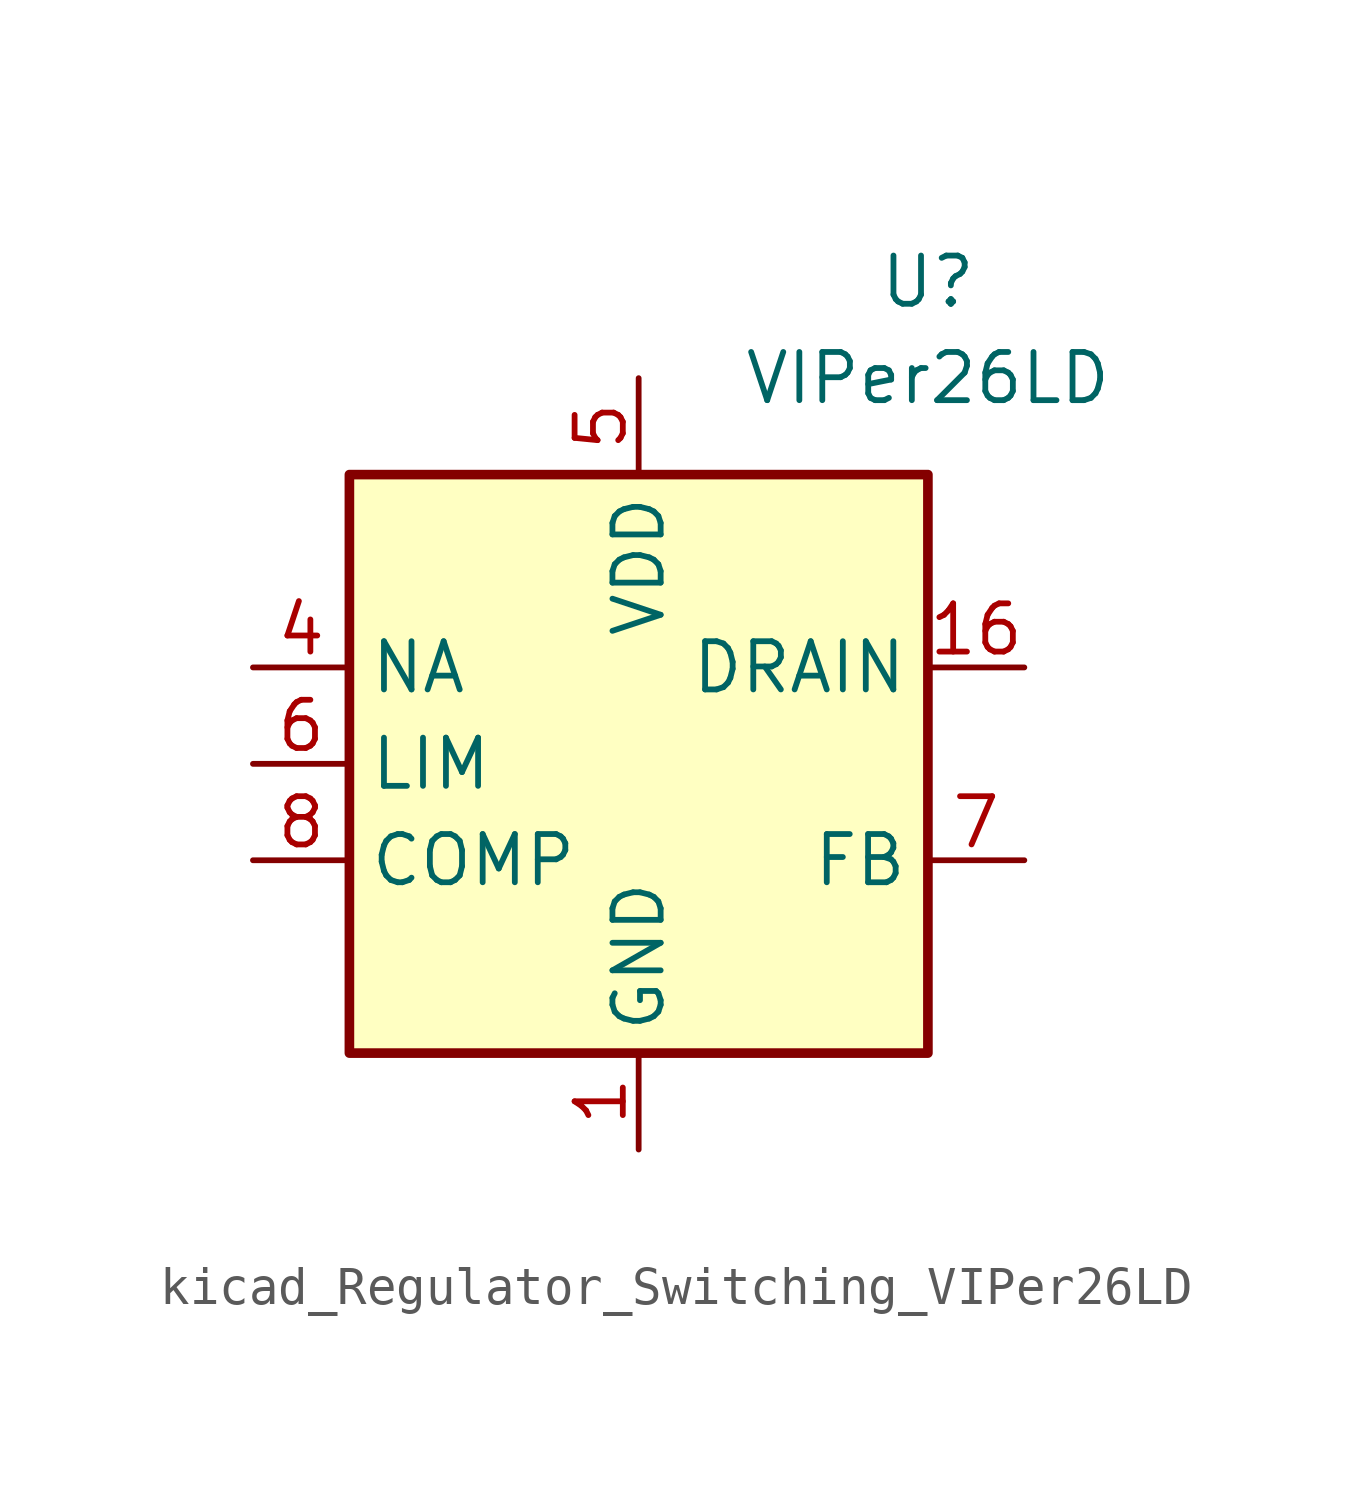
<source format=kicad_sym>
(kicad_symbol_lib
  (version 20220914)
  (generator kicad_symbol_editor)
  (symbol "kicad_Regulator_Switching_VIPer26LD"
    (property "Reference" "U"
      (at 7.62 12.7 0)
      (effects (font (size 1.27 1.27))))
    (property "Value" "VIPer26LD"
      (at 7.62 10.16 0)
      (effects (font (size 1.27 1.27))))
    (symbol "kicad_Regulator_Switching_VIPer26LD_0_1"
      (rectangle (start -7.62 -7.62) (end 7.62 7.62) (stroke (width 0.254) (type default)) (fill (type background))))
    (symbol "kicad_Regulator_Switching_VIPer26LD_1_1"
      (pin power_in line (at 0 -10.16 90) (length 2.54) (name "GND" (effects (font (size 1.27 1.27)))) (number "1" (effects (font (size 1.27 1.27)))))
      (pin no_connect line (at 7.62 -5.08 180) (length 2.54) hide (name "NC" (effects (font (size 1.27 1.27)))) (number "10" (effects (font (size 1.27 1.27)))))
      (pin no_connect line (at 7.62 0 180) (length 2.54) hide (name "NC" (effects (font (size 1.27 1.27)))) (number "11" (effects (font (size 1.27 1.27)))))
      (pin no_connect line (at 7.62 5.08 180) (length 2.54) hide (name "NC" (effects (font (size 1.27 1.27)))) (number "12" (effects (font (size 1.27 1.27)))))
      (pin passive line (at 10.16 2.54 180) (length 2.54) hide (name "DRAIN" (effects (font (size 1.27 1.27)))) (number "13" (effects (font (size 1.27 1.27)))))
      (pin passive line (at 10.16 2.54 180) (length 2.54) hide (name "DRAIN" (effects (font (size 1.27 1.27)))) (number "14" (effects (font (size 1.27 1.27)))))
      (pin passive line (at 10.16 2.54 180) (length 2.54) hide (name "DRAIN" (effects (font (size 1.27 1.27)))) (number "15" (effects (font (size 1.27 1.27)))))
      (pin passive line (at 10.16 2.54 180) (length 2.54) (name "DRAIN" (effects (font (size 1.27 1.27)))) (number "16" (effects (font (size 1.27 1.27)))))
      (pin passive line (at 0 -10.16 90) (length 2.54) hide (name "GND" (effects (font (size 1.27 1.27)))) (number "2" (effects (font (size 1.27 1.27)))))
      (pin no_connect line (at -7.62 5.08 0) (length 2.54) hide (name "NC" (effects (font (size 1.27 1.27)))) (number "3" (effects (font (size 1.27 1.27)))))
      (pin passive line (at -10.16 2.54 0) (length 2.54) (name "NA" (effects (font (size 1.27 1.27)))) (number "4" (effects (font (size 1.27 1.27)))))
      (pin power_in line (at 0 10.16 270) (length 2.54) (name "VDD" (effects (font (size 1.27 1.27)))) (number "5" (effects (font (size 1.27 1.27)))))
      (pin passive line (at -10.16 0 0) (length 2.54) (name "LIM" (effects (font (size 1.27 1.27)))) (number "6" (effects (font (size 1.27 1.27)))))
      (pin input line (at 10.16 -2.54 180) (length 2.54) (name "FB" (effects (font (size 1.27 1.27)))) (number "7" (effects (font (size 1.27 1.27)))))
      (pin passive line (at -10.16 -2.54 0) (length 2.54) (name "COMP" (effects (font (size 1.27 1.27)))) (number "8" (effects (font (size 1.27 1.27)))))
      (pin no_connect line (at -7.62 -5.08 0) (length 2.54) hide (name "NC" (effects (font (size 1.27 1.27)))) (number "9" (effects (font (size 1.27 1.27))))))))
</source>
